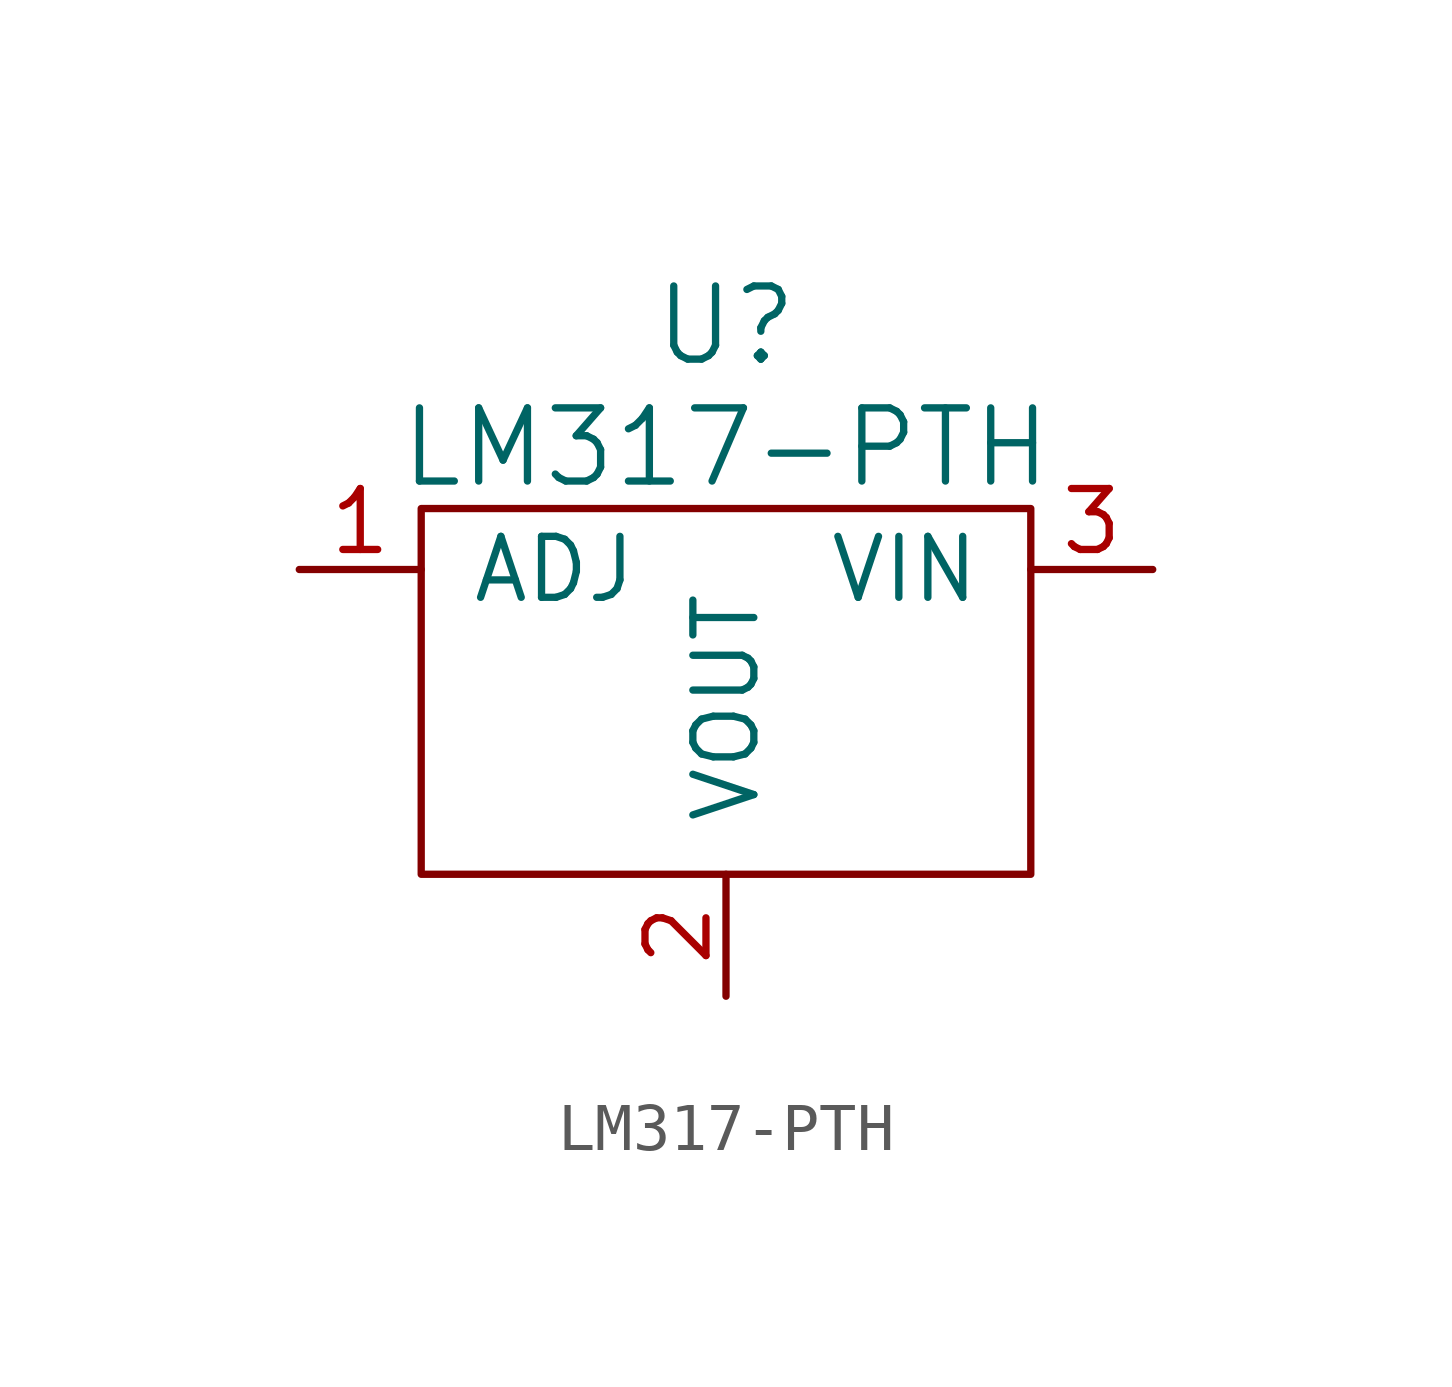
<source format=kicad_sym>
(kicad_symbol_lib
  (version 20220914)
  (generator kicad_symbol_editor)
  (symbol "LM317-PTH"
    (pin_names
      (offset 1.016))
    (property "Reference" "U"
      (at 0 5.08 0)
      (effects (font (size 1.524 1.524))))
    (property "Value" "LM317-PTH"
      (at 0 2.54 0)
      (effects (font (size 1.524 1.524))))
    (property "Footprint" ""
      (at 0 0 0)
      (effects (font (size 1.524 1.524))))
    (property "Datasheet" ""
      (at 0 0 0)
      (effects (font (size 1.524 1.524))))
    (symbol "LM317-PTH_0_1"
      (rectangle (start -6.35 1.27) (end 6.35 -6.35) (stroke (width 0) (type solid)) (fill (type none))))
    (symbol "LM317-PTH_1_1"
      (pin input line (at -8.89 0 0) (length 2.54) (name "ADJ" (effects (font (size 1.27 1.27)))) (number "1" (effects (font (size 1.27 1.27)))))
      (pin input line (at 0 -8.89 90) (length 2.54) (name "VOUT" (effects (font (size 1.27 1.27)))) (number "2" (effects (font (size 1.27 1.27)))))
      (pin input line (at 8.89 0 180) (length 2.54) (name "VIN" (effects (font (size 1.27 1.27)))) (number "3" (effects (font (size 1.27 1.27))))))))
</source>
